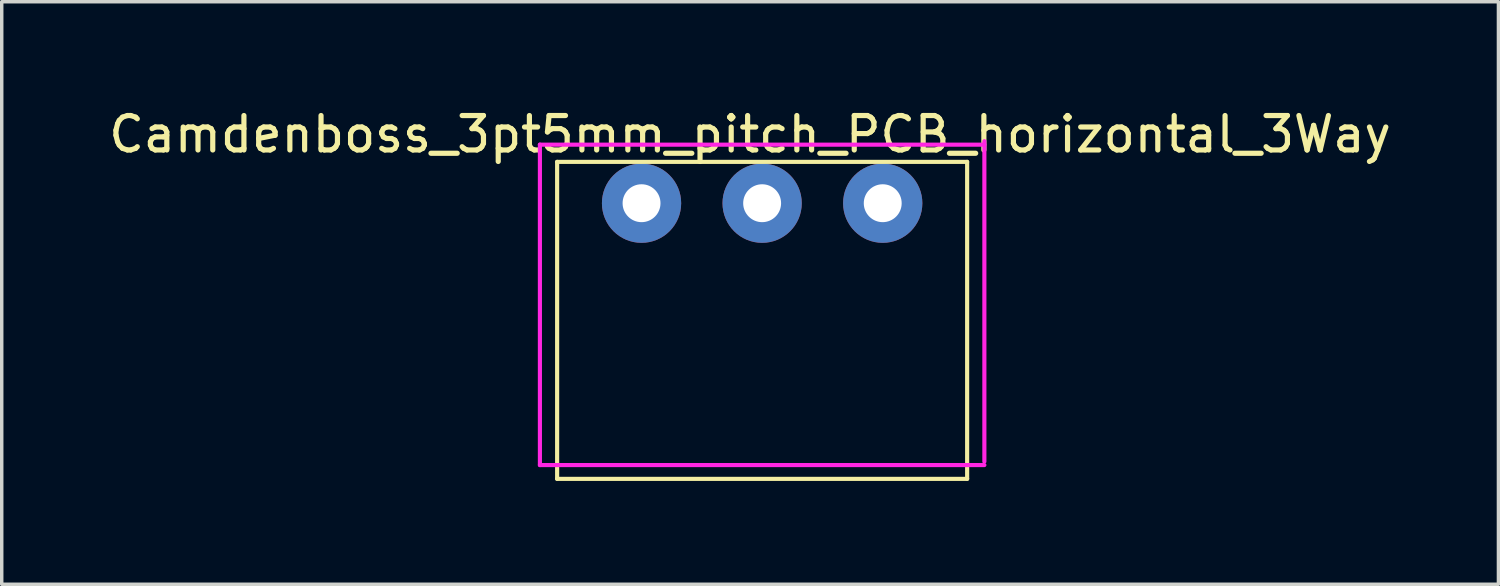
<source format=kicad_pcb>
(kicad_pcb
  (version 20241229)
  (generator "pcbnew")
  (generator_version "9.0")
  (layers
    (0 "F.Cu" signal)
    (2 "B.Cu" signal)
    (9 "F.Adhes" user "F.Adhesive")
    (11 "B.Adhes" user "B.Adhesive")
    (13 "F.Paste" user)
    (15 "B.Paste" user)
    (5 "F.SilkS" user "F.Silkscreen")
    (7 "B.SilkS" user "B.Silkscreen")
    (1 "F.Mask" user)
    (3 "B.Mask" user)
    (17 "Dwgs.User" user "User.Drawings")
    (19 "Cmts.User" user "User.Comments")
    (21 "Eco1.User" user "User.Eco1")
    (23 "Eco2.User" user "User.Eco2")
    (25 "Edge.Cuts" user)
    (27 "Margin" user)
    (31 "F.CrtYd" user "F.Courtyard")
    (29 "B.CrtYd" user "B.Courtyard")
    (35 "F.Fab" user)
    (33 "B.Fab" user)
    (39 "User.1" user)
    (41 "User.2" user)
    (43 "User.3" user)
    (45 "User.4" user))
  (footprint "Camdenboss_3pt5mm_pitch_PCB_horizontal_3Way"
    (layer "F.Cu")
    (at 13.12 1.648)
    (property "Reference" "Camdenboss_3pt5mm_pitch_PCB_horizontal_3Way" (at 5.6 -0.8 0) (layer "F.SilkS") (effects (font (size 1 1) (thickness 0.15))))
    (attr through_hole)
    (fp_line (start 0 0) (end 0 9.2) (stroke (width 0.12) (type solid)) (layer "F.SilkS"))
    (fp_line (start 11.9 0) (end 0 0) (stroke (width 0.12) (type solid)) (layer "F.SilkS"))
    (fp_line (start 11.9 0) (end 11.9 9.2) (stroke (width 0.12) (type solid)) (layer "F.SilkS"))
    (fp_line (start 11.9 9.2) (end 0 9.2) (stroke (width 0.12) (type solid)) (layer "F.SilkS"))
    (fp_line (start -0.5 -0.5) (end -0.5 8.8) (stroke (width 0.12) (type solid)) (layer "F.CrtYd"))
    (fp_line (start 12.4 -0.6) (end 12.4 8.7) (stroke (width 0.12) (type solid)) (layer "F.CrtYd"))
    (fp_line (start 12.4 -0.5) (end -0.5 -0.5) (stroke (width 0.12) (type solid)) (layer "F.CrtYd"))
    (fp_line (start 12.4 8.8) (end -0.5 8.8) (stroke (width 0.12) (type solid)) (layer "F.CrtYd"))
    (pad "1" thru_hole circle (at 2.45 1.2 270) (size 2.3 2.3) (drill 1.1) (layers "*.Cu" "*.Mask"))
    (pad "2" thru_hole circle (at 5.95 1.2 270) (size 2.3 2.3) (drill 1.1) (layers "*.Cu" "*.Mask"))
    (pad "3" thru_hole circle (at 9.45 1.2 270) (size 2.3 2.3) (drill 1.1) (layers "*.Cu" "*.Mask")))
  (gr_rect
    (start -3 -3)
    (end 40.44 13.908)
    (stroke (width 0.1) (type default))
    (fill no)
    (layer "Edge.Cuts")))
</source>
